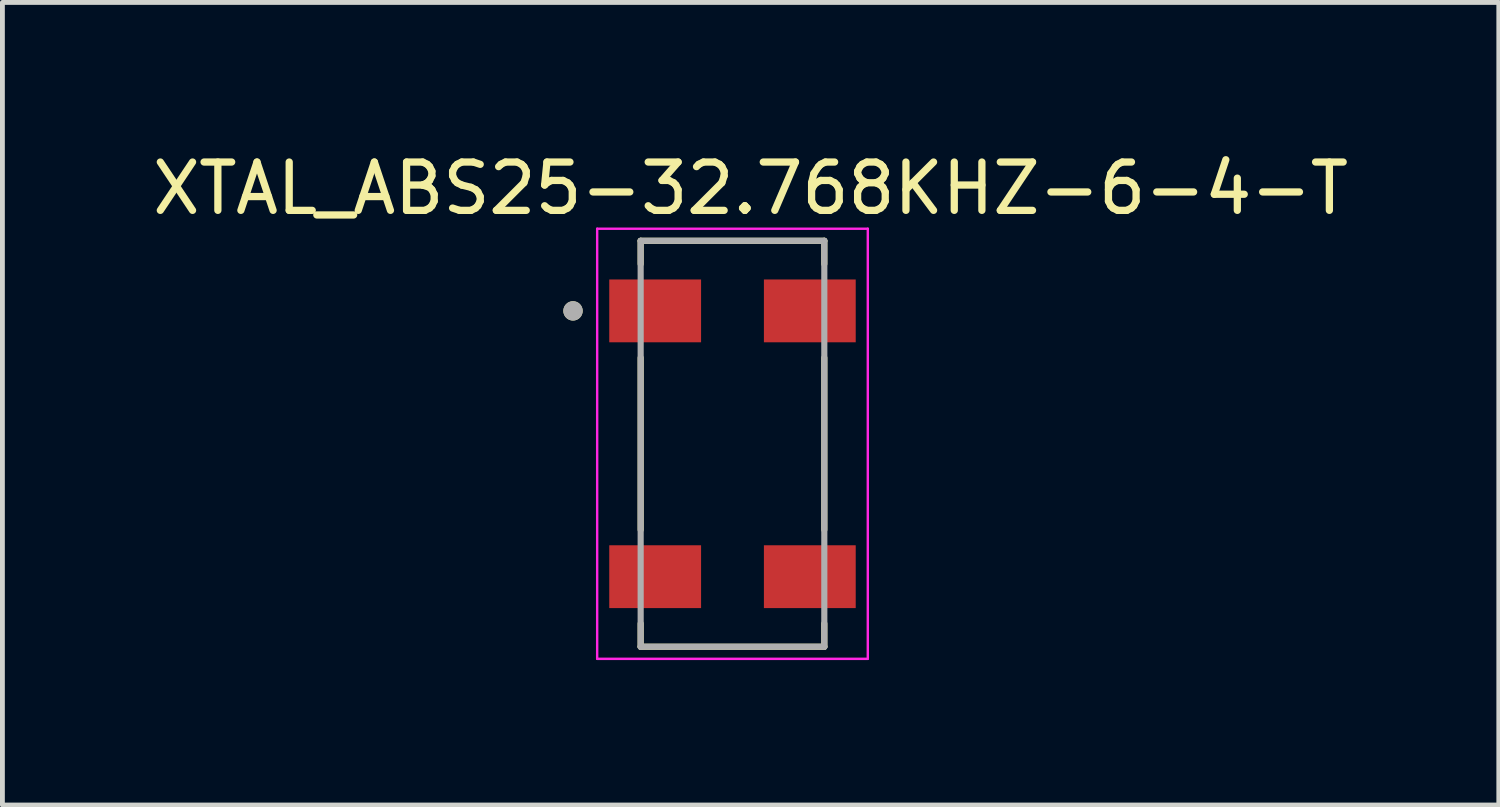
<source format=kicad_pcb>
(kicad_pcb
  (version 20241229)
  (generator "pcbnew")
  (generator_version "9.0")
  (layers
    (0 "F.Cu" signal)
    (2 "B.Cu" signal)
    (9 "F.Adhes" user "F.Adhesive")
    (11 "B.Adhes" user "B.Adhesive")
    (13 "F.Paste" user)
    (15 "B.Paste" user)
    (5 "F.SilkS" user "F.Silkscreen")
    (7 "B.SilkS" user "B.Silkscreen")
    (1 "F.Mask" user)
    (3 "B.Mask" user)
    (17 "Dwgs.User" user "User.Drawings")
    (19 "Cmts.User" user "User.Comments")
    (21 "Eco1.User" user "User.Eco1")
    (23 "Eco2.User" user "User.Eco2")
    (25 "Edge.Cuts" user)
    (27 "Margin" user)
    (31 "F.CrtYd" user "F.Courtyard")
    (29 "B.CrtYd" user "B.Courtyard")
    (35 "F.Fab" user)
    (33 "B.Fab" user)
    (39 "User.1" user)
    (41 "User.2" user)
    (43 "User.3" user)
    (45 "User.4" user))
  (footprint "XTAL_ABS25-32.768KHZ-6-4-T"
    (layer "F.Cu")
    (at 12.107 6.133)
    (property "Reference" "XTAL_ABS25-32.768KHZ-6-4-T" (at 0.375 -5.285 0) (layer "F.SilkS") (effects (font (size 1 1) (thickness 0.15))))
    (attr smd)
    (fp_line (start -1.9 -4.2) (end -1.9 -3.72) (stroke (width 0.127) (type solid)) (layer "F.SilkS"))
    (fp_line (start -1.9 -4.2) (end 1.9 -4.2) (stroke (width 0.127) (type solid)) (layer "F.SilkS"))
    (fp_line (start -1.9 -1.78) (end -1.9 1.78) (stroke (width 0.127) (type solid)) (layer "F.SilkS"))
    (fp_line (start -1.9 4.2) (end -1.9 3.72) (stroke (width 0.127) (type solid)) (layer "F.SilkS"))
    (fp_line (start -1.9 4.2) (end 1.9 4.2) (stroke (width 0.127) (type solid)) (layer "F.SilkS"))
    (fp_line (start 1.9 -4.2) (end 1.9 -3.72) (stroke (width 0.127) (type solid)) (layer "F.SilkS"))
    (fp_line (start 1.9 -1.78) (end 1.9 1.78) (stroke (width 0.127) (type solid)) (layer "F.SilkS"))
    (fp_line (start 1.9 4.2) (end 1.9 3.72) (stroke (width 0.127) (type solid)) (layer "F.SilkS"))
    (fp_circle (center -3.3 -2.75) (end -3.2 -2.75) (stroke (width 0.2) (type solid)) (fill no) (layer "F.SilkS"))
    (fp_line (start -2.8 -4.45) (end -2.8 4.45) (stroke (width 0.05) (type solid)) (layer "F.CrtYd"))
    (fp_line (start -2.8 -4.45) (end 2.8 -4.45) (stroke (width 0.05) (type solid)) (layer "F.CrtYd"))
    (fp_line (start 2.8 -4.45) (end 2.8 4.45) (stroke (width 0.05) (type solid)) (layer "F.CrtYd"))
    (fp_line (start 2.8 4.45) (end -2.8 4.45) (stroke (width 0.05) (type solid)) (layer "F.CrtYd"))
    (fp_line (start -1.9 -4.2) (end -1.9 4.2) (stroke (width 0.127) (type solid)) (layer "F.Fab"))
    (fp_line (start -1.9 -4.2) (end 1.9 -4.2) (stroke (width 0.127) (type solid)) (layer "F.Fab"))
    (fp_line (start 1.9 -4.2) (end 1.9 4.2) (stroke (width 0.127) (type solid)) (layer "F.Fab"))
    (fp_line (start 1.9 4.2) (end -1.9 4.2) (stroke (width 0.127) (type solid)) (layer "F.Fab"))
    (fp_circle (center -3.3 -2.75) (end -3.2 -2.75) (stroke (width 0.2) (type solid)) (fill no) (layer "F.Fab"))
    (pad "1" smd rect (at -1.6 -2.75) (size 1.9 1.3) (layers "F.Cu" "F.Mask" "F.Paste"))
    (pad "2" smd rect (at -1.6 2.75) (size 1.9 1.3) (layers "F.Cu" "F.Mask" "F.Paste"))
    (pad "3" smd rect (at 1.6 2.75) (size 1.9 1.3) (layers "F.Cu" "F.Mask" "F.Paste"))
    (pad "4" smd rect (at 1.6 -2.75) (size 1.9 1.3) (layers "F.Cu" "F.Mask" "F.Paste")))
  (gr_rect
    (start -3 -3)
    (end 27.964 13.608)
    (stroke (width 0.1) (type default))
    (fill no)
    (layer "Edge.Cuts")))
</source>
